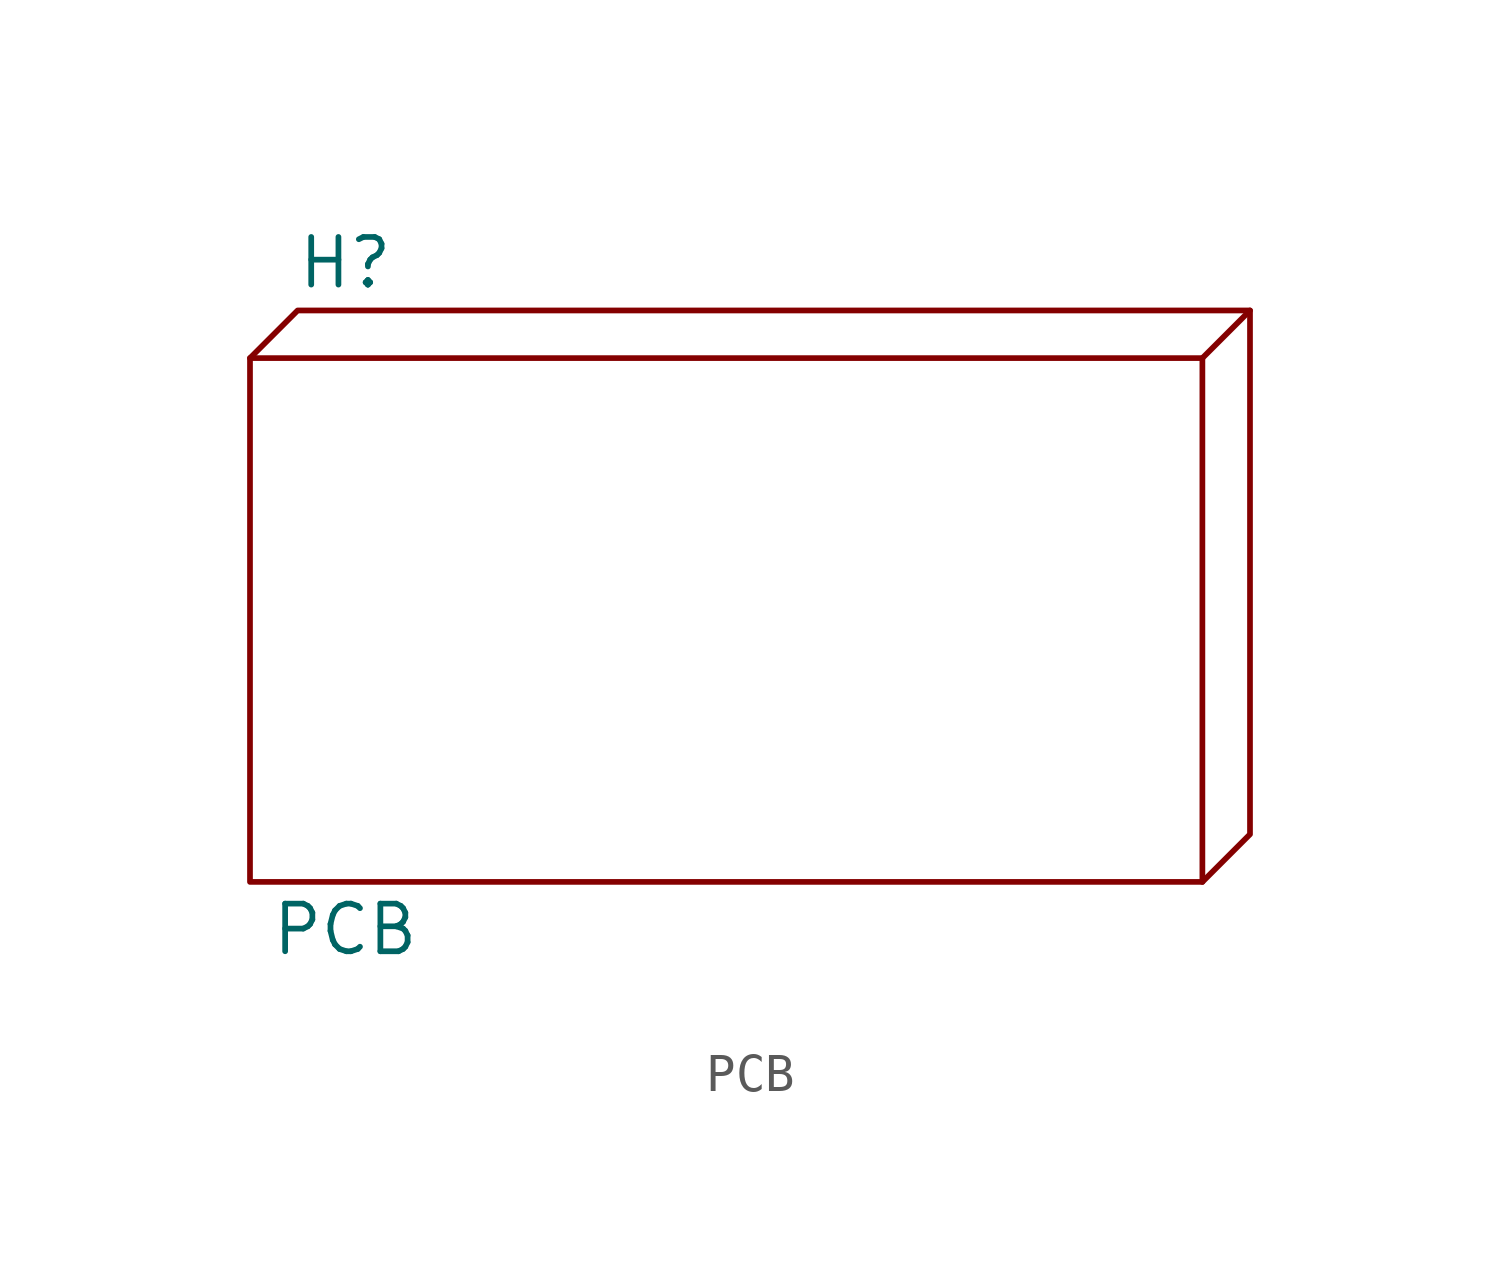
<source format=kicad_sym>
(kicad_symbol_lib
  (version 20241209)
  (generator "kicad_symbol_editor")
  (generator_version "9.0")
  (symbol "PCB"
    (property "Reference" "H"
      (at 2.54 2.54 0)
      (effects (font (size 1.27 1.27))))
    (property "Value" "PCB"
      (at 2.54 -15.24 0)
      (effects (font (size 1.27 1.27))))
    (symbol "PCB_0_0"
      (polyline (pts (xy 0 0) (xy 1.27 1.27) (xy 26.67 1.27) (xy 26.67 -12.7) (xy 25.4 -13.97)) (stroke (width 0) (type default)) (fill (type none)))
      (polyline (pts (xy 26.67 1.27) (xy 25.4 0)) (stroke (width 0) (type default)) (fill (type none))))
    (symbol "PCB_0_1"
      (rectangle (start 0 0) (end 25.4 -13.97) (stroke (width 0) (type default)) (fill (type none))))))
</source>
